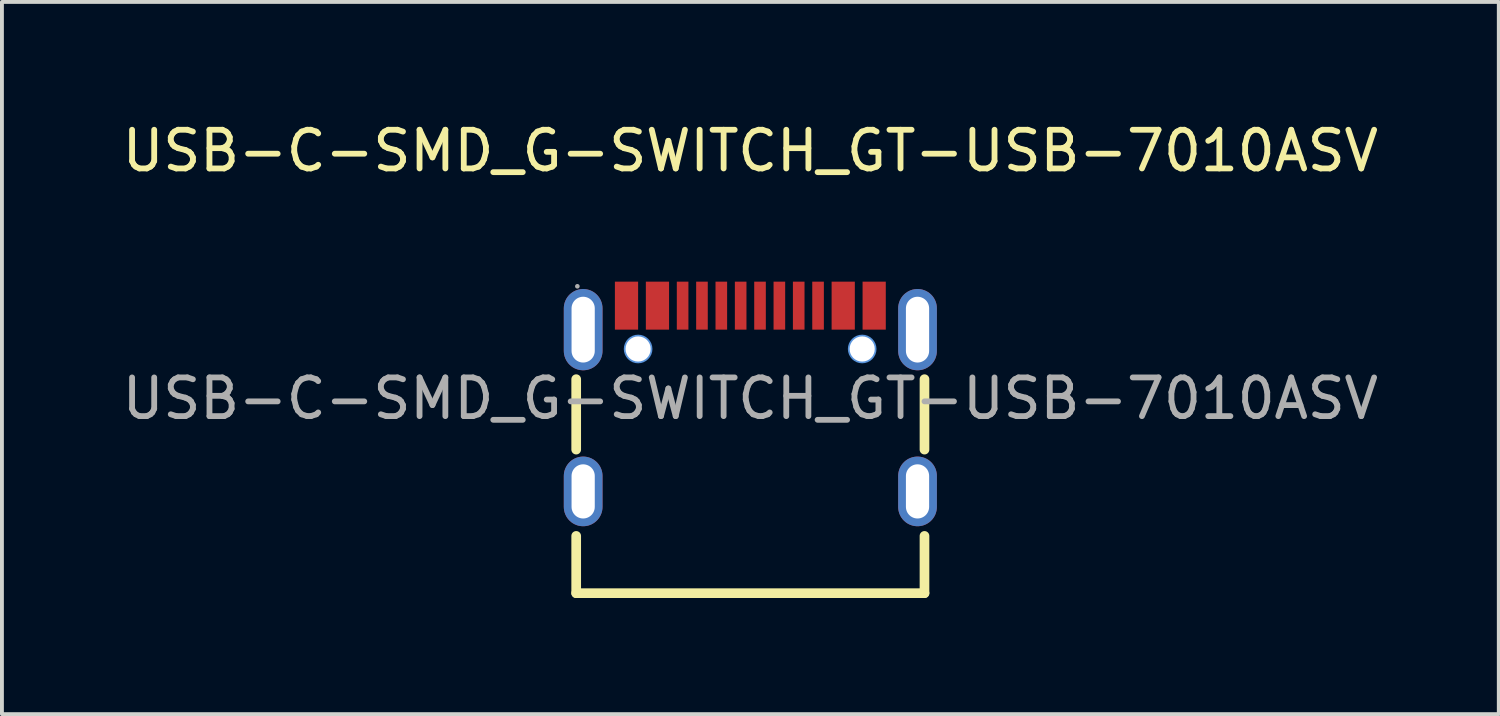
<source format=kicad_pcb>
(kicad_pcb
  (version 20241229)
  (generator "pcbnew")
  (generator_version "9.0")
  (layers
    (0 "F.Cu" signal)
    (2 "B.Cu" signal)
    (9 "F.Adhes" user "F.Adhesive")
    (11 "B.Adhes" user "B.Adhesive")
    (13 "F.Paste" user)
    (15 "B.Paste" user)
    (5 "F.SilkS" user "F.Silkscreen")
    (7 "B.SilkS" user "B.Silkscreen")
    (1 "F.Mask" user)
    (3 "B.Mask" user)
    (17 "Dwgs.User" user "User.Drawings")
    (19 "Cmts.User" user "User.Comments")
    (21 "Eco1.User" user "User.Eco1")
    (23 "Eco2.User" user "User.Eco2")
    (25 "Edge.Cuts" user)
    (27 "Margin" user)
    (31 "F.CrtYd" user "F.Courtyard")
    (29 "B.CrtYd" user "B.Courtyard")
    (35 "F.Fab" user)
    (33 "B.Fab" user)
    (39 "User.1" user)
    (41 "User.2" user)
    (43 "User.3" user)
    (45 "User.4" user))
  (footprint "USB-C-SMD_G-SWITCH_GT-USB-7010ASV"
    (layer "F.Cu")
    (at 16.339 7.248)
    (property "Reference" "USB-C-SMD_G-SWITCH_GT-USB-7010ASV" (at 0 -6.4 0) (layer "F.SilkS") (effects (font (size 1 1) (thickness 0.15))))
    (attr through_hole)
    (fp_line (start -4.5 1.32) (end -4.5 -0.5) (stroke (width 0.25) (type solid)) (layer "F.SilkS"))
    (fp_line (start -4.5 5.03) (end -4.5 3.55) (stroke (width 0.25) (type solid)) (layer "F.SilkS"))
    (fp_line (start 4.5 1.32) (end 4.5 -0.5) (stroke (width 0.25) (type solid)) (layer "F.SilkS"))
    (fp_line (start 4.5 5.03) (end -4.5 5.03) (stroke (width 0.25) (type solid)) (layer "F.SilkS"))
    (fp_line (start 4.5 5.03) (end 4.5 3.55) (stroke (width 0.25) (type solid)) (layer "F.SilkS"))
    (fp_circle (center -2.9 -1.28) (end -2.78 -1.28) (stroke (width 0.25) (type solid)) (fill no) (layer "Cmts.User"))
    (fp_circle (center 2.89 -1.28) (end 3.01 -1.28) (stroke (width 0.25) (type solid)) (fill no) (layer "Cmts.User"))
    (fp_circle (center -4.47 -2.9) (end -4.44 -2.9) (stroke (width 0.06) (type solid)) (fill no) (layer "F.Fab"))
    (fp_text user "${REFERENCE}" (at 0 0 0) (layer "F.Fab") (effects (font (size 1 1) (thickness 0.15))))
    (pad "" thru_hole circle (at -2.9 -1.28) (size 0.65 0.65) (drill 0.65) (layers "*.Cu" "*.Mask"))
    (pad "" thru_hole circle (at 2.89 -1.28) (size 0.65 0.65) (drill 0.65) (layers "*.Cu" "*.Mask"))
    (pad "1" thru_hole oval (at -4.32 -1.78) (size 1 2.1) (drill oval 0.6 1.7) (layers "*.Cu" "*.Mask"))
    (pad "2" thru_hole oval (at 4.32 -1.78) (size 1 2.1) (drill oval 0.6 1.7) (layers "*.Cu" "*.Mask"))
    (pad "3" thru_hole oval (at 4.32 2.4) (size 1 1.8) (drill oval 0.6 1.4) (layers "*.Cu" "*.Mask"))
    (pad "4" thru_hole oval (at -4.32 2.4) (size 1 1.8) (drill oval 0.6 1.4) (layers "*.Cu" "*.Mask"))
    (pad "A1B12" smd rect (at -3.2 -2.4) (size 0.6 1.24) (layers "F.Cu" "F.Mask" "F.Paste"))
    (pad "A4B9" smd rect (at -2.4 -2.4) (size 0.6 1.24) (layers "F.Cu" "F.Mask" "F.Paste"))
    (pad "A5" smd rect (at -1.25 -2.4) (size 0.3 1.24) (layers "F.Cu" "F.Mask" "F.Paste"))
    (pad "A6" smd rect (at -0.25 -2.4) (size 0.3 1.24) (layers "F.Cu" "F.Mask" "F.Paste"))
    (pad "A7" smd rect (at 0.25 -2.4) (size 0.3 1.24) (layers "F.Cu" "F.Mask" "F.Paste"))
    (pad "A8" smd rect (at 1.25 -2.4) (size 0.3 1.24) (layers "F.Cu" "F.Mask" "F.Paste"))
    (pad "B1A12" smd rect (at 3.2 -2.4) (size 0.6 1.24) (layers "F.Cu" "F.Mask" "F.Paste"))
    (pad "B4A9" smd rect (at 2.4 -2.4) (size 0.6 1.24) (layers "F.Cu" "F.Mask" "F.Paste"))
    (pad "B5" smd rect (at 1.75 -2.4) (size 0.3 1.24) (layers "F.Cu" "F.Mask" "F.Paste"))
    (pad "B6" smd rect (at 0.75 -2.4) (size 0.3 1.24) (layers "F.Cu" "F.Mask" "F.Paste"))
    (pad "B7" smd rect (at -0.75 -2.4) (size 0.3 1.24) (layers "F.Cu" "F.Mask" "F.Paste"))
    (pad "B8" smd rect (at -1.75 -2.4) (size 0.3 1.24) (layers "F.Cu" "F.Mask" "F.Paste")))
  (gr_rect
    (start -3 -3)
    (end 35.679 15.403)
    (stroke (width 0.1) (type default))
    (fill no)
    (layer "Edge.Cuts")))
</source>
